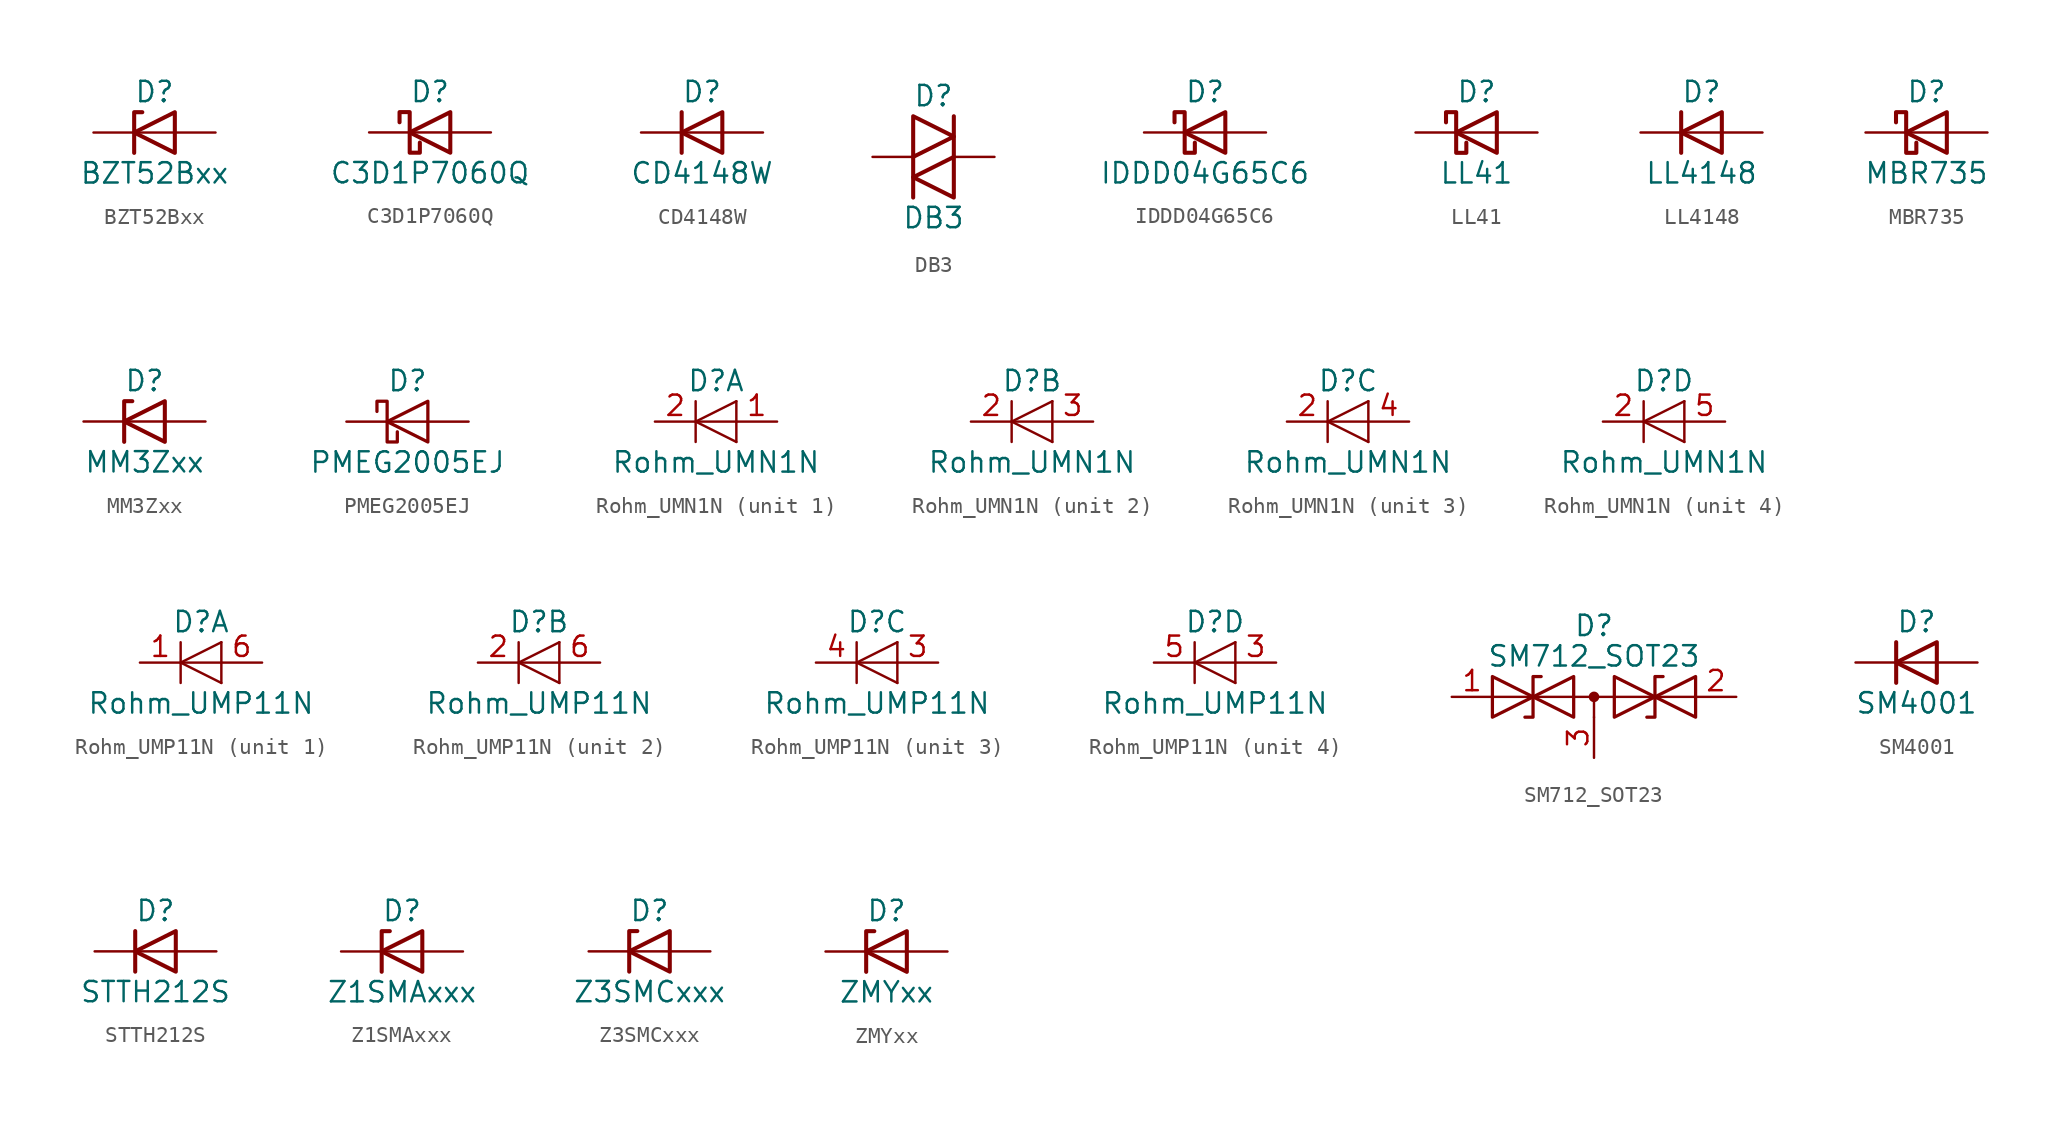
<source format=kicad_sym>
(kicad_symbol_lib
  (version 20201005)
  (generator kicad_symbol_editor)
  (symbol "Diode:BZT52Bxx"
    (pin_numbers hide)
    (pin_names
      (offset 1.016) hide)
    (property "Reference" "D"
      (at 0 2.54 0)
      (effects (font (size 1.27 1.27))))
    (property "Value" "BZT52Bxx"
      (at 0 -2.54 0)
      (effects (font (size 1.27 1.27))))
    (symbol "BZT52Bxx_0_1"
      (polyline (pts (xy 1.27 0) (xy -1.27 0)) (stroke (width 0)) (fill (type none)))
      (polyline (pts (xy -1.27 -1.27) (xy -1.27 1.27) (xy -0.762 1.27)) (stroke (width 0.254)) (fill (type none)))
      (polyline (pts (xy 1.27 -1.27) (xy 1.27 1.27) (xy -1.27 0) (xy 1.27 -1.27)) (stroke (width 0.254)) (fill (type none))))
    (symbol "BZT52Bxx_1_1"
      (pin passive line (at -3.81 0 0) (length 2.54) (name "K" (effects (font (size 1.27 1.27)))) (number "1" (effects (font (size 1.27 1.27)))))
      (pin passive line (at 3.81 0 180) (length 2.54) (name "A" (effects (font (size 1.27 1.27)))) (number "2" (effects (font (size 1.27 1.27)))))))
  (symbol "Diode:C3D1P7060Q"
    (pin_numbers hide)
    (pin_names
      (offset 1.016) hide)
    (property "Reference" "D"
      (at 0 2.54 0)
      (effects (font (size 1.27 1.27))))
    (property "Value" "C3D1P7060Q"
      (at 0 -2.54 0)
      (effects (font (size 1.27 1.27))))
    (symbol "C3D1P7060Q_0_1"
      (polyline (pts (xy 1.27 0) (xy -1.27 0)) (stroke (width 0)) (fill (type none)))
      (polyline (pts (xy 1.27 1.27) (xy 1.27 -1.27) (xy -1.27 0) (xy 1.27 1.27)) (stroke (width 0.254)) (fill (type none)))
      (polyline (pts (xy -1.905 0.635) (xy -1.905 1.27) (xy -1.27 1.27) (xy -1.27 -1.27) (xy -0.635 -1.27) (xy -0.635 -0.635)) (stroke (width 0.254)) (fill (type none))))
    (symbol "C3D1P7060Q_1_1"
      (pin passive line (at -3.81 0 0) (length 2.54) (name "K" (effects (font (size 1.27 1.27)))) (number "1" (effects (font (size 1.27 1.27)))))
      (pin passive line (at 3.81 0 180) (length 2.54) (name "A" (effects (font (size 1.27 1.27)))) (number "2" (effects (font (size 1.27 1.27)))))))
  (symbol "Diode:CD4148W"
    (pin_numbers hide)
    (pin_names
      (offset 1.016) hide)
    (property "Reference" "D"
      (at 0 2.54 0)
      (effects (font (size 1.27 1.27))))
    (property "Value" "CD4148W"
      (at 0 -2.54 0)
      (effects (font (size 1.27 1.27))))
    (symbol "CD4148W_0_1"
      (polyline (pts (xy -1.27 1.27) (xy -1.27 -1.27)) (stroke (width 0.254)) (fill (type none)))
      (polyline (pts (xy 1.27 0) (xy -1.27 0)) (stroke (width 0)) (fill (type none)))
      (polyline (pts (xy 1.27 1.27) (xy 1.27 -1.27) (xy -1.27 0) (xy 1.27 1.27)) (stroke (width 0.254)) (fill (type none))))
    (symbol "CD4148W_1_1"
      (pin passive line (at -3.81 0 0) (length 2.54) (name "K" (effects (font (size 1.27 1.27)))) (number "1" (effects (font (size 1.27 1.27)))))
      (pin passive line (at 3.81 0 180) (length 2.54) (name "A" (effects (font (size 1.27 1.27)))) (number "2" (effects (font (size 1.27 1.27)))))))
  (symbol "Diode:DB3"
    (pin_numbers hide)
    (pin_names
      (offset 1.016) hide)
    (property "Reference" "D"
      (at 0 3.81 0)
      (effects (font (size 1.27 1.27))))
    (property "Value" "DB3"
      (at 0 -3.81 0)
      (effects (font (size 1.27 1.27))))
    (symbol "DB3_0_1"
      (polyline (pts (xy -1.27 0) (xy -1.27 -2.54)) (stroke (width 0.254)) (fill (type none)))
      (polyline (pts (xy 1.27 2.54) (xy 1.27 0)) (stroke (width 0.254)) (fill (type none)))
      (polyline (pts (xy -1.27 2.54) (xy -1.27 0) (xy 1.27 1.27) (xy -1.27 2.54)) (stroke (width 0.254)) (fill (type none)))
      (polyline (pts (xy 1.27 0) (xy 1.27 -2.54) (xy -1.27 -1.27) (xy 1.27 0)) (stroke (width 0.254)) (fill (type none))))
    (symbol "DB3_1_1"
      (pin passive line (at -3.81 0 0) (length 2.54) (name "K" (effects (font (size 1.27 1.27)))) (number "1" (effects (font (size 1.27 1.27)))))
      (pin passive line (at 3.81 0 180) (length 2.54) (name "A" (effects (font (size 1.27 1.27)))) (number "2" (effects (font (size 1.27 1.27)))))))
  (symbol "Diode:IDDD04G65C6"
    (pin_numbers hide)
    (pin_names
      (offset 1.016) hide)
    (property "Reference" "D"
      (at 0 2.54 0)
      (effects (font (size 1.27 1.27))))
    (property "Value" "IDDD04G65C6"
      (at 0 -2.54 0)
      (effects (font (size 1.27 1.27))))
    (symbol "IDDD04G65C6_0_1"
      (polyline (pts (xy 1.27 0) (xy -1.27 0)) (stroke (width 0)) (fill (type none)))
      (polyline (pts (xy 1.27 1.27) (xy 1.27 -1.27) (xy -1.27 0) (xy 1.27 1.27)) (stroke (width 0.254)) (fill (type none)))
      (polyline (pts (xy -1.905 0.635) (xy -1.905 1.27) (xy -1.27 1.27) (xy -1.27 -1.27) (xy -0.635 -1.27) (xy -0.635 -0.635)) (stroke (width 0.254)) (fill (type none))))
    (symbol "IDDD04G65C6_1_1"
      (pin no_connect line (at -2.54 0 0) (length 2.54) hide (name "NC" (effects (font (size 1.27 1.27)))) (number "1" (effects (font (size 1.27 1.27)))))
      (pin passive line (at -3.81 0 0) (length 2.54) hide (name "K" (effects (font (size 1.27 1.27)))) (number "10" (effects (font (size 1.27 1.27)))))
      (pin no_connect line (at 2.54 0 180) (length 2.54) hide (name "NC" (effects (font (size 1.27 1.27)))) (number "2" (effects (font (size 1.27 1.27)))))
      (pin passive line (at 3.81 0 180) (length 2.54) (name "A" (effects (font (size 1.27 1.27)))) (number "3" (effects (font (size 1.27 1.27)))))
      (pin passive line (at 3.81 0 180) (length 2.54) hide (name "A" (effects (font (size 1.27 1.27)))) (number "4" (effects (font (size 1.27 1.27)))))
      (pin passive line (at 3.81 0 180) (length 2.54) hide (name "A" (effects (font (size 1.27 1.27)))) (number "5" (effects (font (size 1.27 1.27)))))
      (pin passive line (at -3.81 0 0) (length 2.54) (name "K" (effects (font (size 1.27 1.27)))) (number "6" (effects (font (size 1.27 1.27)))))
      (pin passive line (at -3.81 0 0) (length 2.54) hide (name "K" (effects (font (size 1.27 1.27)))) (number "7" (effects (font (size 1.27 1.27)))))
      (pin passive line (at -3.81 0 0) (length 2.54) hide (name "K" (effects (font (size 1.27 1.27)))) (number "8" (effects (font (size 1.27 1.27)))))
      (pin passive line (at -3.81 0 0) (length 2.54) hide (name "K" (effects (font (size 1.27 1.27)))) (number "9" (effects (font (size 1.27 1.27)))))))
  (symbol "Diode:LL41"
    (pin_numbers hide)
    (pin_names
      (offset 1.016) hide)
    (property "Reference" "D"
      (at 0 2.54 0)
      (effects (font (size 1.27 1.27))))
    (property "Value" "LL41"
      (at 0 -2.54 0)
      (effects (font (size 1.27 1.27))))
    (symbol "LL41_0_1"
      (polyline (pts (xy 1.27 0) (xy -1.27 0)) (stroke (width 0)) (fill (type none)))
      (polyline (pts (xy 1.27 1.27) (xy 1.27 -1.27) (xy -1.27 0) (xy 1.27 1.27)) (stroke (width 0.254)) (fill (type none)))
      (polyline (pts (xy -1.905 0.635) (xy -1.905 1.27) (xy -1.27 1.27) (xy -1.27 -1.27) (xy -0.635 -1.27) (xy -0.635 -0.635)) (stroke (width 0.254)) (fill (type none))))
    (symbol "LL41_1_1"
      (pin passive line (at -3.81 0 0) (length 2.54) (name "K" (effects (font (size 1.27 1.27)))) (number "1" (effects (font (size 1.27 1.27)))))
      (pin passive line (at 3.81 0 180) (length 2.54) (name "A" (effects (font (size 1.27 1.27)))) (number "2" (effects (font (size 1.27 1.27)))))))
  (symbol "Diode:LL4148"
    (pin_numbers hide)
    (pin_names
      (offset 1.016) hide)
    (property "Reference" "D"
      (at 0 2.54 0)
      (effects (font (size 1.27 1.27))))
    (property "Value" "LL4148"
      (at 0 -2.54 0)
      (effects (font (size 1.27 1.27))))
    (symbol "LL4148_0_1"
      (polyline (pts (xy -1.27 1.27) (xy -1.27 -1.27)) (stroke (width 0.254)) (fill (type none)))
      (polyline (pts (xy 1.27 0) (xy -1.27 0)) (stroke (width 0)) (fill (type none)))
      (polyline (pts (xy 1.27 1.27) (xy 1.27 -1.27) (xy -1.27 0) (xy 1.27 1.27)) (stroke (width 0.254)) (fill (type none))))
    (symbol "LL4148_1_1"
      (pin passive line (at -3.81 0 0) (length 2.54) (name "K" (effects (font (size 1.27 1.27)))) (number "1" (effects (font (size 1.27 1.27)))))
      (pin passive line (at 3.81 0 180) (length 2.54) (name "A" (effects (font (size 1.27 1.27)))) (number "2" (effects (font (size 1.27 1.27)))))))
  (symbol "Diode:MBR735"
    (pin_numbers hide)
    (pin_names
      (offset 1.016) hide)
    (property "Reference" "D"
      (at 0 2.54 0)
      (effects (font (size 1.27 1.27))))
    (property "Value" "MBR735"
      (at 0 -2.54 0)
      (effects (font (size 1.27 1.27))))
    (symbol "MBR735_0_1"
      (polyline (pts (xy 1.27 0) (xy -1.27 0)) (stroke (width 0)) (fill (type none)))
      (polyline (pts (xy 1.27 1.27) (xy 1.27 -1.27) (xy -1.27 0) (xy 1.27 1.27)) (stroke (width 0.254)) (fill (type none)))
      (polyline (pts (xy -1.905 0.635) (xy -1.905 1.27) (xy -1.27 1.27) (xy -1.27 -1.27) (xy -0.635 -1.27) (xy -0.635 -0.635)) (stroke (width 0.254)) (fill (type none))))
    (symbol "MBR735_1_1"
      (pin passive line (at -3.81 0 0) (length 2.54) (name "K" (effects (font (size 1.27 1.27)))) (number "1" (effects (font (size 1.27 1.27)))))
      (pin passive line (at 3.81 0 180) (length 2.54) (name "A" (effects (font (size 1.27 1.27)))) (number "2" (effects (font (size 1.27 1.27)))))))
  (symbol "Diode:MM3Zxx"
    (pin_numbers hide)
    (pin_names
      (offset 1.016) hide)
    (property "Reference" "D"
      (at 0 2.54 0)
      (effects (font (size 1.27 1.27))))
    (property "Value" "MM3Zxx"
      (at 0 -2.54 0)
      (effects (font (size 1.27 1.27))))
    (symbol "MM3Zxx_0_1"
      (polyline (pts (xy 1.27 0) (xy -1.27 0)) (stroke (width 0)) (fill (type none)))
      (polyline (pts (xy -1.27 -1.27) (xy -1.27 1.27) (xy -0.762 1.27)) (stroke (width 0.254)) (fill (type none)))
      (polyline (pts (xy 1.27 -1.27) (xy 1.27 1.27) (xy -1.27 0) (xy 1.27 -1.27)) (stroke (width 0.254)) (fill (type none))))
    (symbol "MM3Zxx_1_1"
      (pin passive line (at -3.81 0 0) (length 2.54) (name "K" (effects (font (size 1.27 1.27)))) (number "1" (effects (font (size 1.27 1.27)))))
      (pin passive line (at 3.81 0 180) (length 2.54) (name "A" (effects (font (size 1.27 1.27)))) (number "2" (effects (font (size 1.27 1.27)))))))
  (symbol "Diode:PMEG2005EJ"
    (pin_numbers hide)
    (pin_names hide)
    (property "Reference" "D"
      (at 0 2.54 0)
      (effects (font (size 1.27 1.27))))
    (property "Value" "PMEG2005EJ"
      (at 0 -2.54 0)
      (effects (font (size 1.27 1.27))))
    (symbol "PMEG2005EJ_0_1"
      (polyline (pts (xy 1.27 0) (xy -1.27 0)) (stroke (width 0)) (fill (type none)))
      (polyline (pts (xy 1.27 1.27) (xy 1.27 -1.27) (xy -1.27 0) (xy 1.27 1.27)) (stroke (width 0.203)) (fill (type none)))
      (polyline (pts (xy -1.905 0.635) (xy -1.905 1.27) (xy -1.27 1.27) (xy -1.27 -1.27) (xy -0.635 -1.27) (xy -0.635 -0.635)) (stroke (width 0.203)) (fill (type none))))
    (symbol "PMEG2005EJ_1_1"
      (pin passive line (at -3.81 0 0) (length 2.54) (name "K" (effects (font (size 1.27 1.27)))) (number "1" (effects (font (size 1.27 1.27)))))
      (pin passive line (at 3.81 0 180) (length 2.54) (name "A" (effects (font (size 1.27 1.27)))) (number "2" (effects (font (size 1.27 1.27)))))))
  (symbol "Diode:Rohm_UMN1N"
    (pin_names
      (offset 1.016) hide)
    (property "Reference" "D"
      (at 0 2.54 0)
      (effects (font (size 1.27 1.27))))
    (property "Value" "Rohm_UMN1N"
      (at 0 -2.54 0)
      (effects (font (size 1.27 1.27))))
    (symbol "Rohm_UMN1N_0_1"
      (polyline (pts (xy -1.27 1.27) (xy -1.27 -1.27)) (stroke (width 0.152)) (fill (type none)))
      (polyline (pts (xy 1.27 -1.27) (xy 1.27 1.27)) (stroke (width 0)) (fill (type none)))
      (polyline (pts (xy 1.27 0) (xy -1.27 0)) (stroke (width 0)) (fill (type none)))
      (polyline (pts (xy 1.27 1.27) (xy -1.27 0) (xy 1.27 -1.27)) (stroke (width 0)) (fill (type none))))
    (symbol "Rohm_UMN1N_1_1"
      (pin passive line (at 3.81 0 180) (length 2.54) (name "A" (effects (font (size 1.27 1.27)))) (number "1" (effects (font (size 1.27 1.27)))))
      (pin passive line (at -3.81 0 0) (length 2.54) (name "K" (effects (font (size 1.27 1.27)))) (number "2" (effects (font (size 1.27 1.27))))))
    (symbol "Rohm_UMN1N_2_1"
      (pin passive line (at -3.81 0 0) (length 2.54) (name "K" (effects (font (size 1.27 1.27)))) (number "2" (effects (font (size 1.27 1.27)))))
      (pin passive line (at 3.81 0 180) (length 2.54) (name "A" (effects (font (size 1.27 1.27)))) (number "3" (effects (font (size 1.27 1.27))))))
    (symbol "Rohm_UMN1N_3_1"
      (pin passive line (at -3.81 0 0) (length 2.54) (name "K" (effects (font (size 1.27 1.27)))) (number "2" (effects (font (size 1.27 1.27)))))
      (pin passive line (at 3.81 0 180) (length 2.54) (name "A" (effects (font (size 1.27 1.27)))) (number "4" (effects (font (size 1.27 1.27))))))
    (symbol "Rohm_UMN1N_4_1"
      (pin passive line (at -3.81 0 0) (length 2.54) (name "K" (effects (font (size 1.27 1.27)))) (number "2" (effects (font (size 1.27 1.27)))))
      (pin passive line (at 3.81 0 180) (length 2.54) (name "A" (effects (font (size 1.27 1.27)))) (number "5" (effects (font (size 1.27 1.27)))))))
  (symbol "Diode:Rohm_UMP11N"
    (pin_names
      (offset 1.016) hide)
    (property "Reference" "D"
      (at 0 2.54 0)
      (effects (font (size 1.27 1.27))))
    (property "Value" "Rohm_UMP11N"
      (at 0 -2.54 0)
      (effects (font (size 1.27 1.27))))
    (symbol "Rohm_UMP11N_0_1"
      (polyline (pts (xy -1.27 1.27) (xy -1.27 -1.27)) (stroke (width 0.152)) (fill (type none)))
      (polyline (pts (xy 1.27 -1.27) (xy 1.27 1.27)) (stroke (width 0)) (fill (type none)))
      (polyline (pts (xy 1.27 0) (xy -1.27 0)) (stroke (width 0)) (fill (type none)))
      (polyline (pts (xy 1.27 1.27) (xy -1.27 0) (xy 1.27 -1.27)) (stroke (width 0)) (fill (type none))))
    (symbol "Rohm_UMP11N_1_1"
      (pin passive line (at -3.81 0 0) (length 2.54) (name "K" (effects (font (size 1.27 1.27)))) (number "1" (effects (font (size 1.27 1.27)))))
      (pin passive line (at 3.81 0 180) (length 2.54) (name "A" (effects (font (size 1.27 1.27)))) (number "6" (effects (font (size 1.27 1.27))))))
    (symbol "Rohm_UMP11N_2_1"
      (pin passive line (at -3.81 0 0) (length 2.54) (name "K" (effects (font (size 1.27 1.27)))) (number "2" (effects (font (size 1.27 1.27)))))
      (pin passive line (at 3.81 0 180) (length 2.54) (name "A" (effects (font (size 1.27 1.27)))) (number "6" (effects (font (size 1.27 1.27))))))
    (symbol "Rohm_UMP11N_3_1"
      (pin passive line (at 3.81 0 180) (length 2.54) (name "A" (effects (font (size 1.27 1.27)))) (number "3" (effects (font (size 1.27 1.27)))))
      (pin passive line (at -3.81 0 0) (length 2.54) (name "K" (effects (font (size 1.27 1.27)))) (number "4" (effects (font (size 1.27 1.27))))))
    (symbol "Rohm_UMP11N_4_1"
      (pin passive line (at 3.81 0 180) (length 2.54) (name "A" (effects (font (size 1.27 1.27)))) (number "3" (effects (font (size 1.27 1.27)))))
      (pin passive line (at -3.81 0 0) (length 2.54) (name "K" (effects (font (size 1.27 1.27)))) (number "5" (effects (font (size 1.27 1.27)))))))
  (symbol "Diode:SM712_SOT23"
    (pin_names
      (offset 1.016) hide)
    (property "Reference" "D"
      (at 0 4.445 0)
      (effects (font (size 1.27 1.27))))
    (property "Value" "SM712_SOT23"
      (at 0 2.54 0)
      (effects (font (size 1.27 1.27))))
    (symbol "SM712_SOT23_0_0"
      (polyline (pts (xy 0 -1.27) (xy 0 0)) (stroke (width 0)) (fill (type none))))
    (symbol "SM712_SOT23_0_1"
      (circle (center 0 0) (radius 0.254) (stroke (width 0)) (fill (type outline)))
      (polyline (pts (xy -6.35 0) (xy 6.35 0)) (stroke (width 0)) (fill (type none)))
      (polyline (pts (xy -3.302 1.27) (xy -3.81 1.27) (xy -3.81 -1.27) (xy -4.318 -1.27)) (stroke (width 0.203)) (fill (type none)))
      (polyline (pts (xy 4.318 1.27) (xy 3.81 1.27) (xy 3.81 -1.27) (xy 3.302 -1.27)) (stroke (width 0.203)) (fill (type none)))
      (polyline (pts (xy -6.35 -1.27) (xy -1.27 1.27) (xy -1.27 -1.27) (xy -6.35 1.27) (xy -6.35 -1.27)) (stroke (width 0.203)) (fill (type none)))
      (polyline (pts (xy 1.27 -1.27) (xy 1.27 1.27) (xy 6.35 -1.27) (xy 6.35 1.27) (xy 1.27 -1.27)) (stroke (width 0.203)) (fill (type none))))
    (symbol "SM712_SOT23_1_1"
      (pin passive line (at -8.89 0 0) (length 2.54) (name "A1" (effects (font (size 1.27 1.27)))) (number "1" (effects (font (size 1.27 1.27)))))
      (pin passive line (at 8.89 0 180) (length 2.54) (name "A2" (effects (font (size 1.27 1.27)))) (number "2" (effects (font (size 1.27 1.27)))))
      (pin input line (at 0 -3.81 90) (length 2.54) (name "common" (effects (font (size 1.27 1.27)))) (number "3" (effects (font (size 1.27 1.27)))))))
  (symbol "Diode:SM4001"
    (pin_numbers hide)
    (pin_names
      (offset 1.016) hide)
    (property "Reference" "D"
      (at 0 2.54 0)
      (effects (font (size 1.27 1.27))))
    (property "Value" "SM4001"
      (at 0 -2.54 0)
      (effects (font (size 1.27 1.27))))
    (symbol "SM4001_0_1"
      (polyline (pts (xy -1.27 1.27) (xy -1.27 -1.27)) (stroke (width 0.254)) (fill (type none)))
      (polyline (pts (xy 1.27 0) (xy -1.27 0)) (stroke (width 0)) (fill (type none)))
      (polyline (pts (xy 1.27 1.27) (xy 1.27 -1.27) (xy -1.27 0) (xy 1.27 1.27)) (stroke (width 0.254)) (fill (type none))))
    (symbol "SM4001_1_1"
      (pin passive line (at -3.81 0 0) (length 2.54) (name "K" (effects (font (size 1.27 1.27)))) (number "1" (effects (font (size 1.27 1.27)))))
      (pin passive line (at 3.81 0 180) (length 2.54) (name "A" (effects (font (size 1.27 1.27)))) (number "2" (effects (font (size 1.27 1.27)))))))
  (symbol "Diode:STTH212S"
    (pin_numbers hide)
    (pin_names
      (offset 1.016) hide)
    (property "Reference" "D"
      (at 0 2.54 0)
      (effects (font (size 1.27 1.27))))
    (property "Value" "STTH212S"
      (at 0 -2.54 0)
      (effects (font (size 1.27 1.27))))
    (symbol "STTH212S_0_1"
      (polyline (pts (xy -1.27 1.27) (xy -1.27 -1.27)) (stroke (width 0.254)) (fill (type none)))
      (polyline (pts (xy 1.27 0) (xy -1.27 0)) (stroke (width 0)) (fill (type none)))
      (polyline (pts (xy 1.27 1.27) (xy 1.27 -1.27) (xy -1.27 0) (xy 1.27 1.27)) (stroke (width 0.254)) (fill (type none))))
    (symbol "STTH212S_1_1"
      (pin passive line (at -3.81 0 0) (length 2.54) (name "K" (effects (font (size 1.27 1.27)))) (number "1" (effects (font (size 1.27 1.27)))))
      (pin passive line (at 3.81 0 180) (length 2.54) (name "A" (effects (font (size 1.27 1.27)))) (number "2" (effects (font (size 1.27 1.27)))))))
  (symbol "Diode:Z1SMAxxx"
    (pin_numbers hide)
    (pin_names
      (offset 1.016) hide)
    (property "Reference" "D"
      (at 0 2.54 0)
      (effects (font (size 1.27 1.27))))
    (property "Value" "Z1SMAxxx"
      (at 0 -2.54 0)
      (effects (font (size 1.27 1.27))))
    (symbol "Z1SMAxxx_0_1"
      (polyline (pts (xy 1.27 0) (xy -1.27 0)) (stroke (width 0)) (fill (type none)))
      (polyline (pts (xy -1.27 -1.27) (xy -1.27 1.27) (xy -0.762 1.27)) (stroke (width 0.254)) (fill (type none)))
      (polyline (pts (xy 1.27 -1.27) (xy 1.27 1.27) (xy -1.27 0) (xy 1.27 -1.27)) (stroke (width 0.254)) (fill (type none))))
    (symbol "Z1SMAxxx_1_1"
      (pin passive line (at -3.81 0 0) (length 2.54) (name "K" (effects (font (size 1.27 1.27)))) (number "1" (effects (font (size 1.27 1.27)))))
      (pin passive line (at 3.81 0 180) (length 2.54) (name "A" (effects (font (size 1.27 1.27)))) (number "2" (effects (font (size 1.27 1.27)))))))
  (symbol "Diode:Z3SMCxxx"
    (pin_numbers hide)
    (pin_names
      (offset 1.016) hide)
    (property "Reference" "D"
      (at 0 2.54 0)
      (effects (font (size 1.27 1.27))))
    (property "Value" "Z3SMCxxx"
      (at 0 -2.54 0)
      (effects (font (size 1.27 1.27))))
    (symbol "Z3SMCxxx_0_1"
      (polyline (pts (xy 1.27 0) (xy -1.27 0)) (stroke (width 0)) (fill (type none)))
      (polyline (pts (xy -1.27 -1.27) (xy -1.27 1.27) (xy -0.762 1.27)) (stroke (width 0.254)) (fill (type none)))
      (polyline (pts (xy 1.27 -1.27) (xy 1.27 1.27) (xy -1.27 0) (xy 1.27 -1.27)) (stroke (width 0.254)) (fill (type none))))
    (symbol "Z3SMCxxx_1_1"
      (pin passive line (at -3.81 0 0) (length 2.54) (name "K" (effects (font (size 1.27 1.27)))) (number "1" (effects (font (size 1.27 1.27)))))
      (pin passive line (at 3.81 0 180) (length 2.54) (name "A" (effects (font (size 1.27 1.27)))) (number "2" (effects (font (size 1.27 1.27)))))))
  (symbol "Diode:ZMYxx"
    (pin_numbers hide)
    (pin_names
      (offset 1.016) hide)
    (property "Reference" "D"
      (at 0 2.54 0)
      (effects (font (size 1.27 1.27))))
    (property "Value" "ZMYxx"
      (at 0 -2.54 0)
      (effects (font (size 1.27 1.27))))
    (symbol "ZMYxx_0_1"
      (polyline (pts (xy 1.27 0) (xy -1.27 0)) (stroke (width 0)) (fill (type none)))
      (polyline (pts (xy -1.27 -1.27) (xy -1.27 1.27) (xy -0.762 1.27)) (stroke (width 0.254)) (fill (type none)))
      (polyline (pts (xy 1.27 -1.27) (xy 1.27 1.27) (xy -1.27 0) (xy 1.27 -1.27)) (stroke (width 0.254)) (fill (type none))))
    (symbol "ZMYxx_1_1"
      (pin passive line (at -3.81 0 0) (length 2.54) (name "K" (effects (font (size 1.27 1.27)))) (number "1" (effects (font (size 1.27 1.27)))))
      (pin passive line (at 3.81 0 180) (length 2.54) (name "A" (effects (font (size 1.27 1.27)))) (number "2" (effects (font (size 1.27 1.27))))))))
</source>
